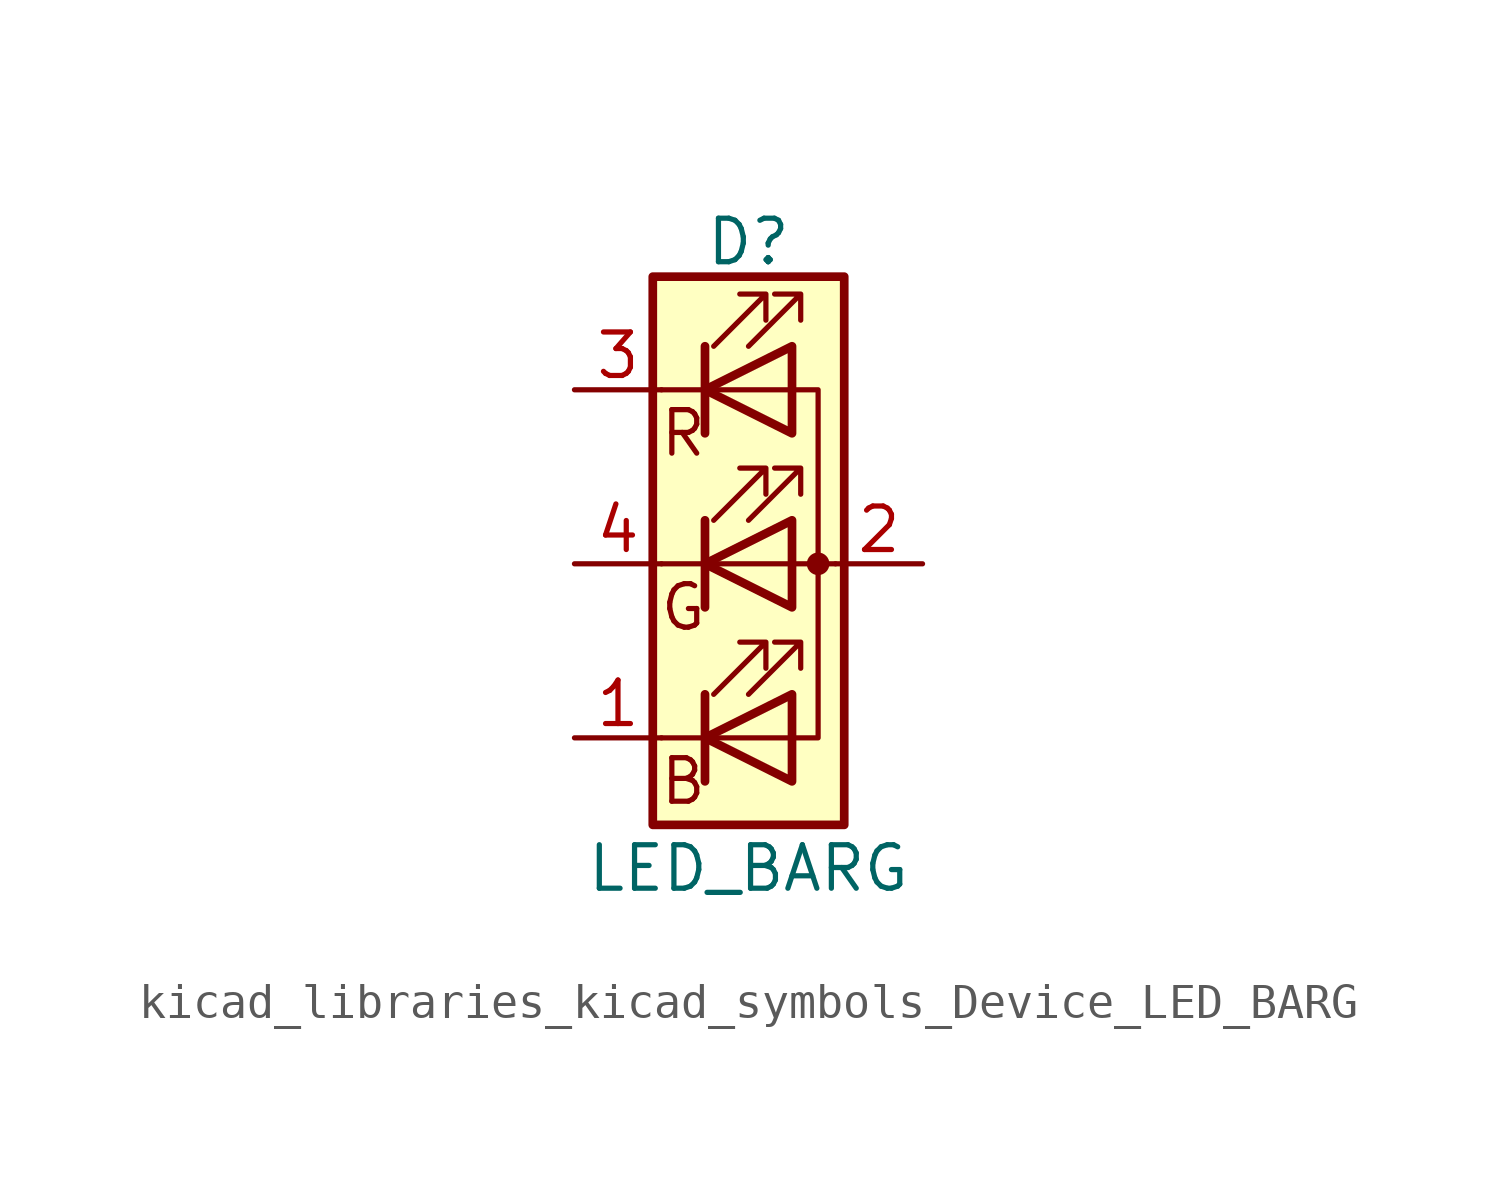
<source format=kicad_sym>
(kicad_symbol_lib
  (version 20220914)
  (generator kicad_symbol_editor)
  (symbol "kicad_libraries_kicad_symbols_Device_LED_BARG"
    (pin_names
      (offset 0) hide)
    (property "Reference" "D"
      (at 0 9.398 0)
      (effects (font (size 1.27 1.27))))
    (property "Value" "LED_BARG"
      (at 0 -8.89 0)
      (effects (font (size 1.27 1.27))))
    (symbol "kicad_libraries_kicad_symbols_Device_LED_BARG_0_0"
      (text "B" (at -1.905 -6.35 0) (effects (font (size 1.27 1.27))))
      (text "G" (at -1.905 -1.27 0) (effects (font (size 1.27 1.27))))
      (text "R" (at -1.905 3.81 0) (effects (font (size 1.27 1.27)))))
    (symbol "kicad_libraries_kicad_symbols_Device_LED_BARG_0_1"
      (polyline (pts (xy -1.27 -5.08) (xy -2.54 -5.08)) (stroke (width 0) (type default)) (fill (type none)))
      (polyline (pts (xy -1.27 -5.08) (xy 1.27 -5.08)) (stroke (width 0) (type default)) (fill (type none)))
      (polyline (pts (xy -1.27 -3.81) (xy -1.27 -6.35)) (stroke (width 0.254) (type default)) (fill (type none)))
      (polyline (pts (xy -1.27 0) (xy -2.54 0)) (stroke (width 0) (type default)) (fill (type none)))
      (polyline (pts (xy -1.27 1.27) (xy -1.27 -1.27)) (stroke (width 0.254) (type default)) (fill (type none)))
      (polyline (pts (xy -1.27 5.08) (xy -2.54 5.08)) (stroke (width 0) (type default)) (fill (type none)))
      (polyline (pts (xy -1.27 5.08) (xy 1.27 5.08)) (stroke (width 0) (type default)) (fill (type none)))
      (polyline (pts (xy -1.27 6.35) (xy -1.27 3.81)) (stroke (width 0.254) (type default)) (fill (type none)))
      (polyline (pts (xy 1.27 0) (xy -1.27 0)) (stroke (width 0) (type default)) (fill (type none)))
      (polyline (pts (xy 1.27 0) (xy 2.54 0)) (stroke (width 0) (type default)) (fill (type none)))
      (polyline (pts (xy -1.27 1.27) (xy -1.27 -1.27) (xy -1.27 -1.27)) (stroke (width 0) (type default)) (fill (type none)))
      (polyline (pts (xy -1.27 6.35) (xy -1.27 3.81) (xy -1.27 3.81)) (stroke (width 0) (type default)) (fill (type none)))
      (polyline (pts (xy 1.27 -5.08) (xy 2.032 -5.08) (xy 2.032 5.08) (xy 1.27 5.08)) (stroke (width 0) (type default)) (fill (type none)))
      (polyline (pts (xy 1.27 -3.81) (xy 1.27 -6.35) (xy -1.27 -5.08) (xy 1.27 -3.81)) (stroke (width 0.254) (type default)) (fill (type none)))
      (polyline (pts (xy 1.27 1.27) (xy 1.27 -1.27) (xy -1.27 0) (xy 1.27 1.27)) (stroke (width 0.254) (type default)) (fill (type none)))
      (polyline (pts (xy 1.27 6.35) (xy 1.27 3.81) (xy -1.27 5.08) (xy 1.27 6.35)) (stroke (width 0.254) (type default)) (fill (type none)))
      (polyline (pts (xy -1.016 -3.81) (xy 0.508 -2.286) (xy -0.254 -2.286) (xy 0.508 -2.286) (xy 0.508 -3.048)) (stroke (width 0) (type default)) (fill (type none)))
      (polyline (pts (xy -1.016 1.27) (xy 0.508 2.794) (xy -0.254 2.794) (xy 0.508 2.794) (xy 0.508 2.032)) (stroke (width 0) (type default)) (fill (type none)))
      (polyline (pts (xy -1.016 6.35) (xy 0.508 7.874) (xy -0.254 7.874) (xy 0.508 7.874) (xy 0.508 7.112)) (stroke (width 0) (type default)) (fill (type none)))
      (polyline (pts (xy 0 -3.81) (xy 1.524 -2.286) (xy 0.762 -2.286) (xy 1.524 -2.286) (xy 1.524 -3.048)) (stroke (width 0) (type default)) (fill (type none)))
      (polyline (pts (xy 0 1.27) (xy 1.524 2.794) (xy 0.762 2.794) (xy 1.524 2.794) (xy 1.524 2.032)) (stroke (width 0) (type default)) (fill (type none)))
      (polyline (pts (xy 0 6.35) (xy 1.524 7.874) (xy 0.762 7.874) (xy 1.524 7.874) (xy 1.524 7.112)) (stroke (width 0) (type default)) (fill (type none)))
      (rectangle (start 1.27 -1.27) (end 1.27 1.27) (stroke (width 0) (type default)) (fill (type none)))
      (rectangle (start 1.27 1.27) (end 1.27 1.27) (stroke (width 0) (type default)) (fill (type none)))
      (rectangle (start 1.27 3.81) (end 1.27 6.35) (stroke (width 0) (type default)) (fill (type none)))
      (rectangle (start 1.27 6.35) (end 1.27 6.35) (stroke (width 0) (type default)) (fill (type none)))
      (circle (center 2.032 0) (radius 0.254) (stroke (width 0) (type default)) (fill (type outline)))
      (rectangle (start 2.794 8.382) (end -2.794 -7.62) (stroke (width 0.254) (type default)) (fill (type background))))
    (symbol "kicad_libraries_kicad_symbols_Device_LED_BARG_1_1"
      (pin passive line (at -5.08 -5.08 0) (length 2.54) (name "BK" (effects (font (size 1.27 1.27)))) (number "1" (effects (font (size 1.27 1.27)))))
      (pin passive line (at 5.08 0 180) (length 2.54) (name "A" (effects (font (size 1.27 1.27)))) (number "2" (effects (font (size 1.27 1.27)))))
      (pin passive line (at -5.08 5.08 0) (length 2.54) (name "RK" (effects (font (size 1.27 1.27)))) (number "3" (effects (font (size 1.27 1.27)))))
      (pin passive line (at -5.08 0 0) (length 2.54) (name "GK" (effects (font (size 1.27 1.27)))) (number "4" (effects (font (size 1.27 1.27))))))))
</source>
